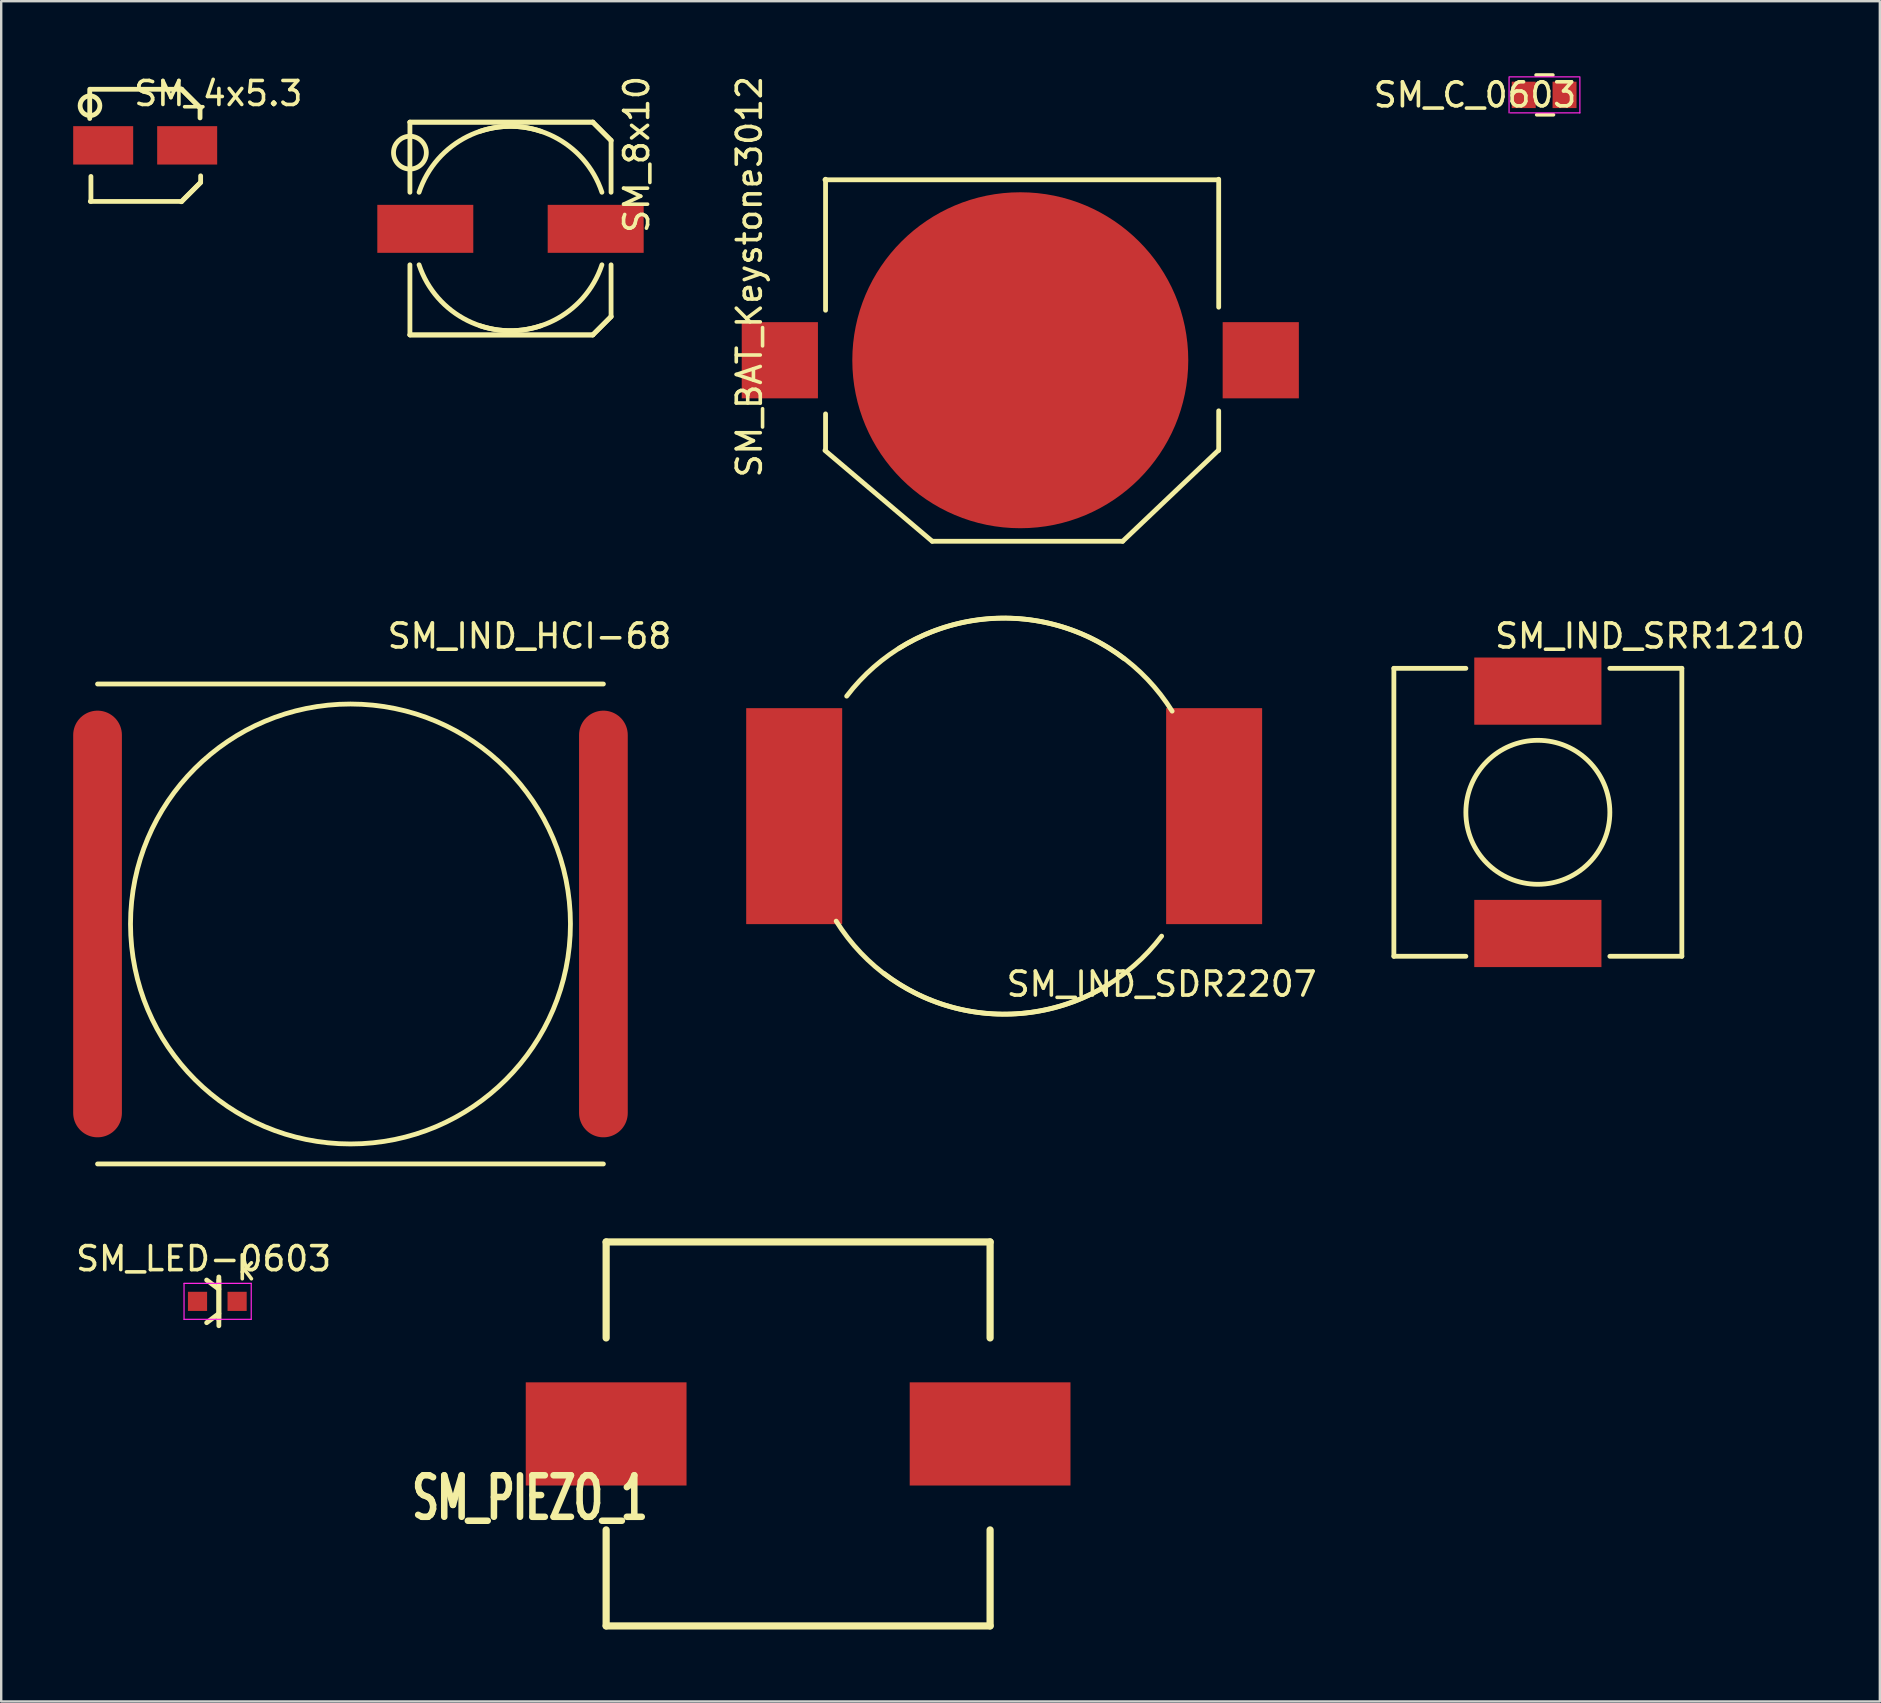
<source format=kicad_pcb>
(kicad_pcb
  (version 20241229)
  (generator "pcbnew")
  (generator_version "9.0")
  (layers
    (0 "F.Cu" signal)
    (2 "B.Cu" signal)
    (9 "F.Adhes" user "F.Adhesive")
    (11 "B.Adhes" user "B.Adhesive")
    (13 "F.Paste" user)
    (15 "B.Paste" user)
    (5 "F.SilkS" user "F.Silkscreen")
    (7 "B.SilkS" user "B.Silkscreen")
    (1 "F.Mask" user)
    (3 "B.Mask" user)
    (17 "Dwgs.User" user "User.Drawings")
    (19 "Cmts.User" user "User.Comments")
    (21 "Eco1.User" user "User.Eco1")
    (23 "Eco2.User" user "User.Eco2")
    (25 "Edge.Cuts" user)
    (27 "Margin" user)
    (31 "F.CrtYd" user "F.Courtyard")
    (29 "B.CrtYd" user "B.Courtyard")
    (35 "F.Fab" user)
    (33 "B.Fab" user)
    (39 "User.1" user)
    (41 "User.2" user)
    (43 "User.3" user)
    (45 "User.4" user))
  (footprint "SM_4x5.3"
    (layer "F.Cu")
    (at 3 3.007)
    (property "Reference" "SM_4x5.3" (at 3.048 -2.159 180) (layer "F.SilkS") (effects (font (size 1 1) (thickness 0.15))))
    (attr through_hole)
    (fp_line (start -2.311 -2.337) (end -2.311 -1.118) (stroke (width 0.2) (type solid)) (layer "F.SilkS"))
    (fp_line (start -2.261 2.337) (end -2.261 1.295) (stroke (width 0.2) (type solid)) (layer "F.SilkS"))
    (fp_line (start 1.5 2.351) (end 2.3 1.551) (stroke (width 0.2) (type solid)) (layer "F.SilkS"))
    (fp_line (start 1.524 -2.337) (end -2.286 -2.337) (stroke (width 0.2) (type solid)) (layer "F.SilkS"))
    (fp_line (start 1.524 -2.337) (end 2.286 -1.575) (stroke (width 0.2) (type solid)) (layer "F.SilkS"))
    (fp_line (start 1.524 2.337) (end -2.286 2.337) (stroke (width 0.2) (type solid)) (layer "F.SilkS"))
    (fp_line (start 1.524 2.337) (end 2.286 1.575) (stroke (width 0.2) (type solid)) (layer "F.SilkS"))
    (fp_line (start 2.286 -1.549) (end 2.286 -1.143) (stroke (width 0.2) (type solid)) (layer "F.SilkS"))
    (fp_line (start 2.3 -1.551) (end 1.5 -2.351) (stroke (width 0.2) (type solid)) (layer "F.SilkS"))
    (fp_line (start 2.311 1.549) (end 2.311 1.27) (stroke (width 0.2) (type solid)) (layer "F.SilkS"))
    (fp_circle (center -2.3 -1.651) (end -2.7 -1.551) (stroke (width 0.2) (type solid)) (fill no) (layer "F.SilkS"))
    (pad "1" smd rect (at 1.75 0) (size 2.5 1.6) (layers "F.Cu" "F.Mask" "F.Paste"))
    (pad "2" smd rect (at -1.75 0) (size 2.5 1.6) (layers "F.Cu" "F.Mask" "F.Paste")))
  (footprint "SM_8x10"
    (layer "F.Cu")
    (at 18.223 6.486)
    (property "Reference" "SM_8x10" (at 5.258 -3.099 270) (layer "F.SilkS") (effects (font (size 1 1) (thickness 0.15))))
    (attr smd)
    (fp_line (start -4.191 -4.445) (end -4.191 -1.524) (stroke (width 0.2) (type solid)) (layer "F.SilkS"))
    (fp_line (start -4.191 1.499) (end -4.191 4.42) (stroke (width 0.2) (type solid)) (layer "F.SilkS"))
    (fp_line (start -4.191 4.42) (end 3.429 4.42) (stroke (width 0.2) (type solid)) (layer "F.SilkS"))
    (fp_line (start -4.191 4.42) (end 3.429 4.42) (stroke (width 0.2) (type solid)) (layer "F.SilkS"))
    (fp_line (start 3.429 -4.445) (end -4.191 -4.445) (stroke (width 0.2) (type solid)) (layer "F.SilkS"))
    (fp_line (start 3.429 -4.445) (end -4.191 -4.445) (stroke (width 0.2) (type solid)) (layer "F.SilkS"))
    (fp_line (start 3.429 4.42) (end 4.191 3.658) (stroke (width 0.2) (type solid)) (layer "F.SilkS"))
    (fp_line (start 3.429 4.42) (end 4.191 3.658) (stroke (width 0.2) (type solid)) (layer "F.SilkS"))
    (fp_line (start 4.191 -3.683) (end 3.429 -4.445) (stroke (width 0.2) (type solid)) (layer "F.SilkS"))
    (fp_line (start 4.191 -3.683) (end 3.429 -4.445) (stroke (width 0.2) (type solid)) (layer "F.SilkS"))
    (fp_line (start 4.191 -1.524) (end 4.191 -3.683) (stroke (width 0.2) (type solid)) (layer "F.SilkS"))
    (fp_line (start 4.191 3.658) (end 4.191 1.499) (stroke (width 0.2) (type solid)) (layer "F.SilkS"))
    (fp_arc (start -3.81 -1.524) (mid -1.796051 -3.846102) (end 1.27 -4.064) (stroke (width 0.2) (type solid)) (layer "F.SilkS"))
    (fp_arc (start -1.27 -4.064) (mid 1.796051 -3.846102) (end 3.81 -1.524) (stroke (width 0.2) (type solid)) (layer "F.SilkS"))
    (fp_arc (start 1.27 4.0386) (mid -1.796051 3.820702) (end -3.81 1.4986) (stroke (width 0.2) (type solid)) (layer "F.SilkS"))
    (fp_arc (start 3.81 1.4986) (mid 1.796051 3.820702) (end -1.27 4.0386) (stroke (width 0.2) (type solid)) (layer "F.SilkS"))
    (fp_circle (center -4.191 -3.175) (end -4.826 -3.429) (stroke (width 0.2) (type solid)) (fill no) (layer "F.SilkS"))
    (pad "1" smd rect (at 3.55 0) (size 4 2) (layers "F.Cu" "F.Mask" "F.Paste"))
    (pad "2" smd rect (at -3.55 0) (size 4 2) (layers "F.Cu" "F.Mask" "F.Paste")))
  (footprint "SM_PIEZO_1"
    (layer "F.Cu")
    (at 22.209 56.704)
    (property "Reference" "SM_PIEZO_1" (at -3.175 2.667 0) (layer "F.SilkS") (effects (font (size 1.73 1.087) (thickness 0.272))))
    (attr through_hole)
    (fp_line (start 0 -8) (end 16 -8) (stroke (width 0.3) (type solid)) (layer "F.SilkS"))
    (fp_line (start 0 -4) (end 0 -8) (stroke (width 0.3) (type solid)) (layer "F.SilkS"))
    (fp_line (start 0 4) (end 0 8) (stroke (width 0.3) (type solid)) (layer "F.SilkS"))
    (fp_line (start 0 8) (end 16 8) (stroke (width 0.3) (type solid)) (layer "F.SilkS"))
    (fp_line (start 16 -8) (end 16 -4) (stroke (width 0.3) (type solid)) (layer "F.SilkS"))
    (fp_line (start 16 4) (end 16 8) (stroke (width 0.3) (type solid)) (layer "F.SilkS"))
    (pad "1" smd rect (at 0 0) (size 6.7 4.3) (layers "F.Cu" "F.Mask" "F.Paste"))
    (pad "2" smd rect (at 16 0) (size 6.7 4.3) (layers "F.Cu" "F.Mask" "F.Paste")))
  (footprint "SM_IND_SDR2207"
    (layer "F.Cu")
    (at 30.045 30.96)
    (property "Reference" "SM_IND_SDR2207" (at 15.312 7 0) (layer "F.SilkS") (effects (font (size 1 1) (thickness 0.15))))
    (attr smd)
    (fp_arc (start 2.1875 -5) (mid 7.645146 -8.175922) (end 13.75 -6.5625) (stroke (width 0.2) (type solid)) (layer "F.SilkS"))
    (fp_arc (start 4.375 -7) (mid 10.606155 -8.04334) (end 15.75 -4.375) (stroke (width 0.2) (type solid)) (layer "F.SilkS"))
    (fp_arc (start 13.125 7) (mid 6.893845 8.04334) (end 1.75 4.375) (stroke (width 0.2) (type solid)) (layer "F.SilkS"))
    (fp_arc (start 15.3125 5) (mid 9.854854 8.175922) (end 3.75 6.5625) (stroke (width 0.2) (type solid)) (layer "F.SilkS"))
    (pad "1" smd rect (at 17.5 0) (size 4 9) (layers "F.Cu" "F.Mask" "F.Paste"))
    (pad "2" smd rect (at 0 0) (size 4 9) (layers "F.Cu" "F.Mask" "F.Paste")))
  (footprint "SM_BAT_Keystone3012"
    (layer "F.Cu")
    (at 29.447 4.418)
    (property "Reference" "SM_BAT_Keystone3012" (at -1.27 4.064 90) (layer "F.SilkS") (effects (font (size 1 1) (thickness 0.15))))
    (attr through_hole)
    (fp_line (start 1.88 0.025) (end 18.263 0.025) (stroke (width 0.2) (type solid)) (layer "F.SilkS"))
    (fp_line (start 1.88 11.303) (end 6.35 15.088) (stroke (width 0.2) (type solid)) (layer "F.SilkS"))
    (fp_line (start 1.905 5.461) (end 1.905 0) (stroke (width 0.2) (type solid)) (layer "F.SilkS"))
    (fp_line (start 1.905 11.303) (end 1.905 9.779) (stroke (width 0.2) (type solid)) (layer "F.SilkS"))
    (fp_line (start 14.287 15.088) (end 6.35 15.088) (stroke (width 0.2) (type solid)) (layer "F.SilkS"))
    (fp_line (start 18.256 11.316) (end 14.287 15.088) (stroke (width 0.2) (type solid)) (layer "F.SilkS"))
    (fp_line (start 18.288 0) (end 18.288 5.334) (stroke (width 0.2) (type solid)) (layer "F.SilkS"))
    (fp_line (start 18.288 11.303) (end 18.288 9.652) (stroke (width 0.2) (type solid)) (layer "F.SilkS"))
    (pad "1" smd rect (at 0 7.544) (size 3.175 3.175) (layers "F.Cu" "F.Mask" "F.Paste"))
    (pad "1" smd rect (at 20.041 7.544) (size 3.175 3.175) (layers "F.Cu" "F.Mask" "F.Paste"))
    (pad "2" smd circle (at 10.02 7.544) (size 14 14) (layers "F.Cu" "F.Mask")))
  (footprint "SM_IND_HCI-68"
    (layer "F.Cu")
    (at 1.015 35.454)
    (property "Reference" "SM_IND_HCI-68" (at 18 -12 0) (layer "F.SilkS") (effects (font (size 1 1) (thickness 0.15))))
    (attr smd)
    (fp_line (start 0 -10) (end 21.08 -10) (stroke (width 0.2) (type solid)) (layer "F.SilkS"))
    (fp_line (start 0 10) (end 21.08 10) (stroke (width 0.2) (type solid)) (layer "F.SilkS"))
    (fp_circle (center 10.54 0) (end 15.81 7.5) (stroke (width 0.2) (type solid)) (fill no) (layer "F.SilkS"))
    (pad "1" smd oval (at 21.08 0) (size 2.03 17.78) (layers "F.Cu" "F.Mask" "F.Paste"))
    (pad "2" smd oval (at 0 0) (size 2.03 17.78) (layers "F.Cu" "F.Mask" "F.Paste")))
  (footprint "SM_C_0603"
    (layer "F.Cu")
    (at 61.336 0.904)
    (property "Reference" "SM_C_0603" (at -2.921 0 0) (layer "F.SilkS") (effects (font (size 1 1) (thickness 0.15))))
    (attr smd)
    (fp_line (start -0.375 -0.829) (end 0.325 -0.829) (stroke (width 0.15) (type solid)) (layer "F.SilkS"))
    (fp_line (start 0.35 0.829) (end -0.35 0.829) (stroke (width 0.15) (type solid)) (layer "F.SilkS"))
    (fp_line (start -1.501 -0.75) (end -1.501 0.75) (stroke (width 0.05) (type solid)) (layer "F.CrtYd"))
    (fp_line (start -1.475 -0.75) (end 1.425 -0.75) (stroke (width 0.05) (type solid)) (layer "F.CrtYd"))
    (fp_line (start -1.45 0.75) (end 1.45 0.75) (stroke (width 0.05) (type solid)) (layer "F.CrtYd"))
    (fp_line (start 1.45 -0.75) (end 1.45 0.75) (stroke (width 0.05) (type solid)) (layer "F.CrtYd"))
    (pad "1" smd rect (at -0.889 0) (size 1 1.1) (layers "F.Cu" "F.Mask" "F.Paste"))
    (pad "2" smd rect (at 0.811 0) (size 1 1.1) (layers "F.Cu" "F.Mask" "F.Paste")))
  (footprint "SM_IND_SRR1210"
    (layer "F.Cu")
    (at 61.035 25.75)
    (property "Reference" "SM_IND_SRR1210" (at 4.674 -2.296 0) (layer "F.SilkS") (effects (font (size 1 1) (thickness 0.15))))
    (attr smd)
    (fp_line (start -6 -0.95) (end -6 11.05) (stroke (width 0.2) (type solid)) (layer "F.SilkS"))
    (fp_line (start -6 11.05) (end -3 11.05) (stroke (width 0.2) (type solid)) (layer "F.SilkS"))
    (fp_line (start -3 -0.95) (end -6 -0.95) (stroke (width 0.2) (type solid)) (layer "F.SilkS"))
    (fp_line (start 3 11.05) (end 6 11.05) (stroke (width 0.2) (type solid)) (layer "F.SilkS"))
    (fp_line (start 6 -0.95) (end 3 -0.95) (stroke (width 0.2) (type solid)) (layer "F.SilkS"))
    (fp_line (start 6 11.05) (end 6 -0.95) (stroke (width 0.2) (type solid)) (layer "F.SilkS"))
    (fp_circle (center 0 5.05) (end 3 5.05) (stroke (width 0.2) (type solid)) (fill no) (layer "F.SilkS"))
    (pad "1" smd rect (at 0 0) (size 5.3 2.8) (layers "F.Cu" "F.Mask" "F.Paste"))
    (pad "2" smd rect (at 0 10.1) (size 5.3 2.8) (layers "F.Cu" "F.Mask" "F.Paste")))
  (footprint "SM_LED-0603"
    (layer "F.Cu")
    (at 5.181 51.18)
    (property "Reference" "SM_LED-0603" (at 0.254 -1.778 0) (layer "F.SilkS") (effects (font (size 1 1) (thickness 0.15))))
    (attr smd)
    (fp_line (start 0.889 -0.889) (end 0.889 0.762) (stroke (width 0.2) (type solid)) (layer "F.SilkS"))
    (fp_line (start 0.889 -0.508) (end 0.381 -0.889) (stroke (width 0.2) (type solid)) (layer "F.SilkS"))
    (fp_line (start 0.889 0.508) (end 0.381 0.889) (stroke (width 0.2) (type solid)) (layer "F.SilkS"))
    (fp_line (start 0.889 1.016) (end 0.889 -1.016) (stroke (width 0.2) (type solid)) (layer "F.SilkS"))
    (fp_line (start -0.562 -0.75) (end 2.238 -0.75) (stroke (width 0.05) (type solid)) (layer "F.CrtYd"))
    (fp_line (start -0.562 0.75) (end -0.562 -0.75) (stroke (width 0.05) (type solid)) (layer "F.CrtYd"))
    (fp_line (start 2.238 -0.75) (end 2.238 0.75) (stroke (width 0.05) (type solid)) (layer "F.CrtYd"))
    (fp_line (start 2.238 0.75) (end -0.562 0.75) (stroke (width 0.05) (type solid)) (layer "F.CrtYd"))
    (fp_text user "k" (at 2.032 -1.397 0) (layer "F.SilkS") (effects (font (size 1 1) (thickness 0.15))))
    (pad "1" smd rect (at 0 0 180) (size 0.798 0.798) (layers "F.Cu" "F.Mask" "F.Paste"))
    (pad "2" smd rect (at 1.65 0 180) (size 0.798 0.798) (layers "F.Cu" "F.Mask" "F.Paste")))
  (gr_rect
    (start -3 -3)
    (end 75.286 67.854)
    (stroke (width 0.1) (type default))
    (fill no)
    (layer "Edge.Cuts")))
</source>
